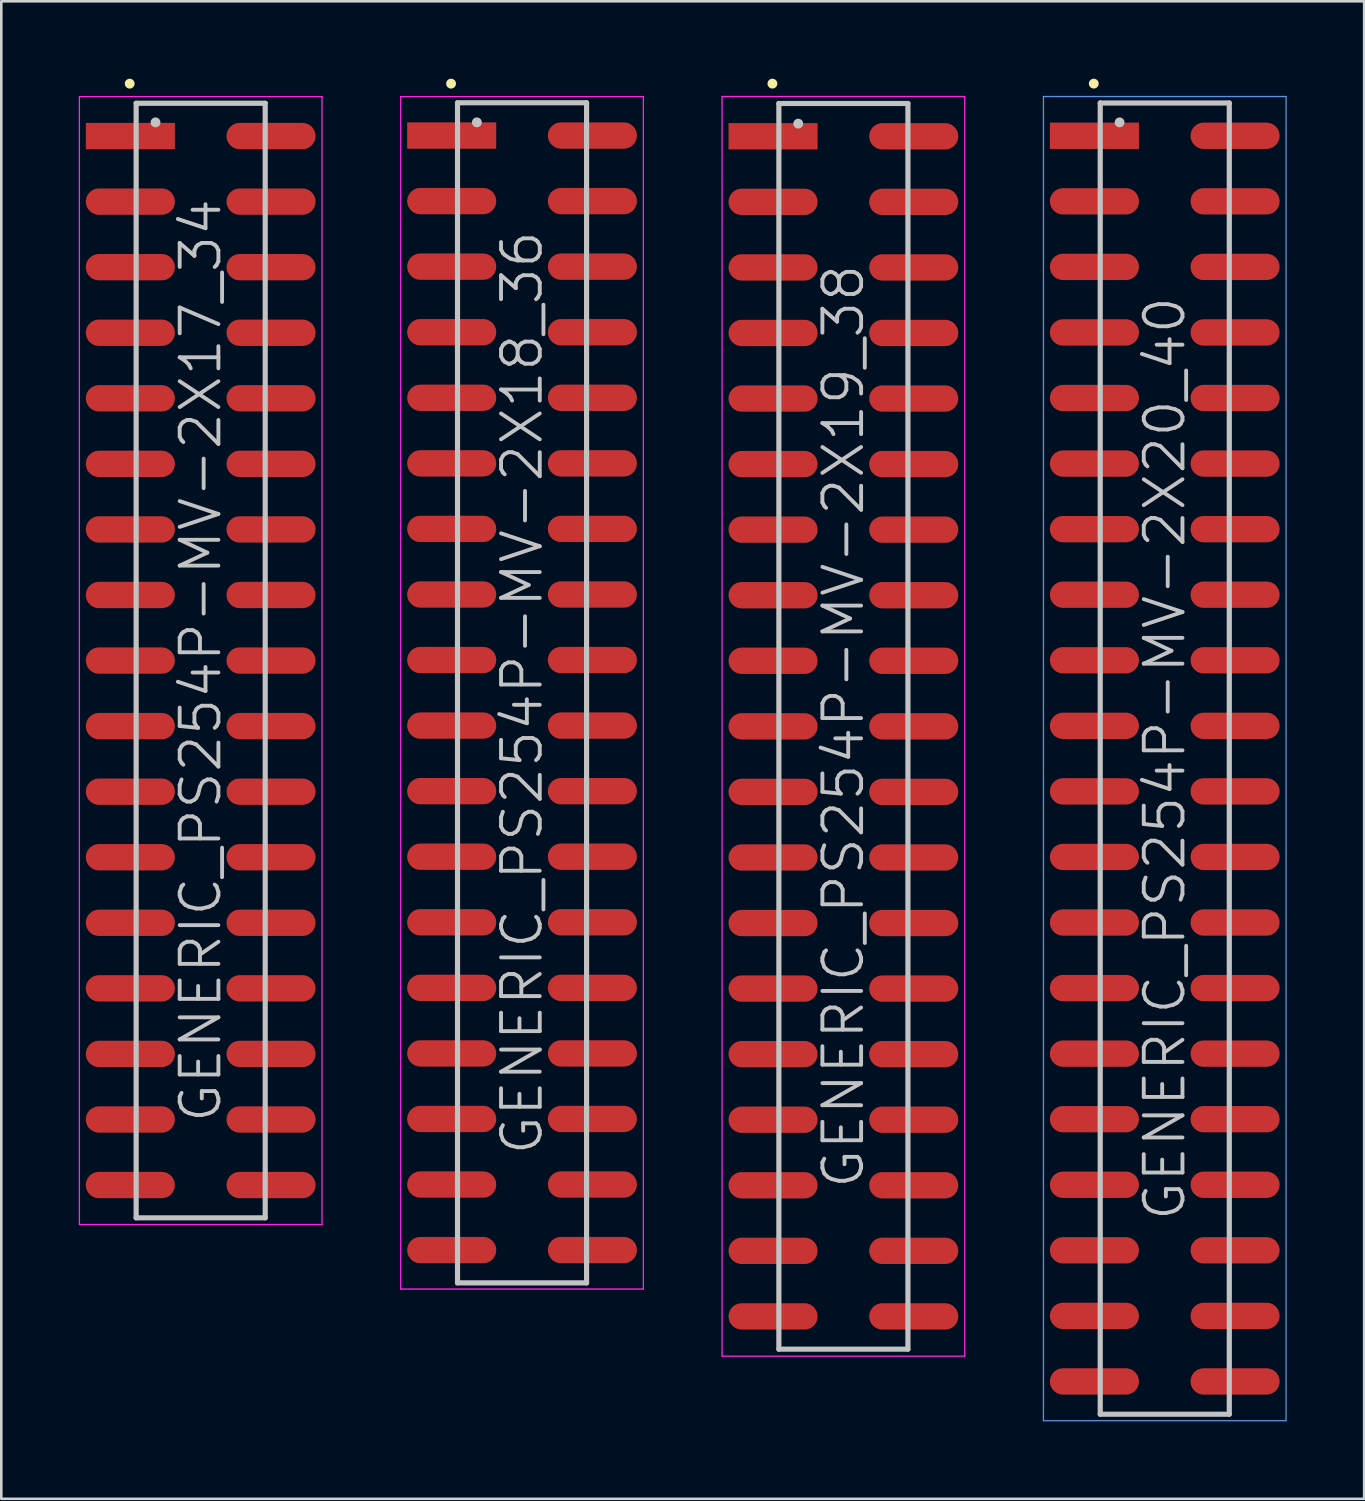
<source format=kicad_pcb>
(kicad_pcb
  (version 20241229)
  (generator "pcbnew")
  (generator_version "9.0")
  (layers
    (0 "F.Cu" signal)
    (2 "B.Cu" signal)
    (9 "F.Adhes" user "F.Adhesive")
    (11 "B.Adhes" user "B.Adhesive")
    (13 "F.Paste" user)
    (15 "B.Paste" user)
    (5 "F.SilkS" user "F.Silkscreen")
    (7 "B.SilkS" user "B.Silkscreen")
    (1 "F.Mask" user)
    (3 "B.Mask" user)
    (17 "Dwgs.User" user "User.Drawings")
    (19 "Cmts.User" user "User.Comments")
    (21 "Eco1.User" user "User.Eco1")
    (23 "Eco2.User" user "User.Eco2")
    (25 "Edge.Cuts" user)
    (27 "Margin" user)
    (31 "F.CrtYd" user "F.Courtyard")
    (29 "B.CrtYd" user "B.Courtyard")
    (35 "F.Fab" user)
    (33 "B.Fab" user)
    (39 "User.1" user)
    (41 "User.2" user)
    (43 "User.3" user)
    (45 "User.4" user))
  (footprint "GENERIC_PS254P-MV-2X17_34"
    (layer "F.Cu")
    (at 4.725 22.541)
    (property "Reference" "GENERIC_PS254P-MV-2X17_34" (at 0 0 90) (layer "Dwgs.User") (effects (font (size 1.5 1.5) (thickness 0.15))))
    (attr smd)
    (fp_line (start -2.75 -22.35) (end -2.75 -22.35) (stroke (width 0.381) (type solid)) (layer "F.SilkS"))
    (fp_line (start -2.5 -21.59) (end -2.5 21.59) (stroke (width 0.2) (type solid)) (layer "Dwgs.User"))
    (fp_line (start -2.5 -21.59) (end 2.5 -21.59) (stroke (width 0.2) (type solid)) (layer "Dwgs.User"))
    (fp_line (start -2.5 21.59) (end 2.5 21.59) (stroke (width 0.2) (type solid)) (layer "Dwgs.User"))
    (fp_line (start -1.75 -20.85) (end -1.75 -20.85) (stroke (width 0.381) (type solid)) (layer "Dwgs.User"))
    (fp_line (start 2.5 -21.59) (end 2.5 21.59) (stroke (width 0.2) (type solid)) (layer "Dwgs.User"))
    (fp_line (start -4.7 -21.85) (end -4.7 21.85) (stroke (width 0.05) (type solid)) (layer "F.CrtYd"))
    (fp_line (start -4.7 -21.85) (end 4.7 -21.85) (stroke (width 0.05) (type solid)) (layer "F.CrtYd"))
    (fp_line (start -4.7 21.85) (end 4.7 21.85) (stroke (width 0.05) (type solid)) (layer "F.CrtYd"))
    (fp_line (start 4.7 -21.85) (end 4.7 21.85) (stroke (width 0.05) (type solid)) (layer "F.CrtYd"))
    (pad "1" smd rect (at -2.725 -20.32 270) (size 1.02 3.45) (layers "F.Cu" "F.Mask" "F.Paste"))
    (pad "2" smd oval (at 2.725 -20.32 270) (size 1.02 3.45) (layers "F.Cu" "F.Mask" "F.Paste"))
    (pad "3" smd oval (at -2.725 -17.78 270) (size 1.02 3.45) (layers "F.Cu" "F.Mask" "F.Paste"))
    (pad "4" smd oval (at 2.725 -17.78 270) (size 1.02 3.45) (layers "F.Cu" "F.Mask" "F.Paste"))
    (pad "5" smd oval (at -2.725 -15.24 270) (size 1.02 3.45) (layers "F.Cu" "F.Mask" "F.Paste"))
    (pad "6" smd oval (at 2.725 -15.24 270) (size 1.02 3.45) (layers "F.Cu" "F.Mask" "F.Paste"))
    (pad "7" smd oval (at -2.725 -12.7 270) (size 1.02 3.45) (layers "F.Cu" "F.Mask" "F.Paste"))
    (pad "8" smd oval (at 2.725 -12.7 270) (size 1.02 3.45) (layers "F.Cu" "F.Mask" "F.Paste"))
    (pad "9" smd oval (at -2.725 -10.16 270) (size 1.02 3.45) (layers "F.Cu" "F.Mask" "F.Paste"))
    (pad "10" smd oval (at 2.725 -10.16 270) (size 1.02 3.45) (layers "F.Cu" "F.Mask" "F.Paste"))
    (pad "11" smd oval (at -2.725 -7.62 270) (size 1.02 3.45) (layers "F.Cu" "F.Mask" "F.Paste"))
    (pad "12" smd oval (at 2.725 -7.62 270) (size 1.02 3.45) (layers "F.Cu" "F.Mask" "F.Paste"))
    (pad "13" smd oval (at -2.725 -5.08 270) (size 1.02 3.45) (layers "F.Cu" "F.Mask" "F.Paste"))
    (pad "14" smd oval (at 2.725 -5.08 270) (size 1.02 3.45) (layers "F.Cu" "F.Mask" "F.Paste"))
    (pad "15" smd oval (at -2.725 -2.54 270) (size 1.02 3.45) (layers "F.Cu" "F.Mask" "F.Paste"))
    (pad "16" smd oval (at 2.725 -2.54 270) (size 1.02 3.45) (layers "F.Cu" "F.Mask" "F.Paste"))
    (pad "17" smd oval (at -2.725 0 270) (size 1.02 3.45) (layers "F.Cu" "F.Mask" "F.Paste"))
    (pad "18" smd oval (at 2.725 0 270) (size 1.02 3.45) (layers "F.Cu" "F.Mask" "F.Paste"))
    (pad "19" smd oval (at -2.725 2.54 270) (size 1.02 3.45) (layers "F.Cu" "F.Mask" "F.Paste"))
    (pad "20" smd oval (at 2.725 2.54 270) (size 1.02 3.45) (layers "F.Cu" "F.Mask" "F.Paste"))
    (pad "21" smd oval (at -2.725 5.08 270) (size 1.02 3.45) (layers "F.Cu" "F.Mask" "F.Paste"))
    (pad "22" smd oval (at 2.725 5.08 270) (size 1.02 3.45) (layers "F.Cu" "F.Mask" "F.Paste"))
    (pad "23" smd oval (at -2.725 7.62 270) (size 1.02 3.45) (layers "F.Cu" "F.Mask" "F.Paste"))
    (pad "24" smd oval (at 2.725 7.62 270) (size 1.02 3.45) (layers "F.Cu" "F.Mask" "F.Paste"))
    (pad "25" smd oval (at -2.725 10.16 270) (size 1.02 3.45) (layers "F.Cu" "F.Mask" "F.Paste"))
    (pad "26" smd oval (at 2.725 10.16 270) (size 1.02 3.45) (layers "F.Cu" "F.Mask" "F.Paste"))
    (pad "27" smd oval (at -2.725 12.7 270) (size 1.02 3.45) (layers "F.Cu" "F.Mask" "F.Paste"))
    (pad "28" smd oval (at 2.725 12.7 270) (size 1.02 3.45) (layers "F.Cu" "F.Mask" "F.Paste"))
    (pad "29" smd oval (at -2.725 15.24 270) (size 1.02 3.45) (layers "F.Cu" "F.Mask" "F.Paste"))
    (pad "30" smd oval (at 2.725 15.24 270) (size 1.02 3.45) (layers "F.Cu" "F.Mask" "F.Paste"))
    (pad "31" smd oval (at -2.725 17.78 270) (size 1.02 3.45) (layers "F.Cu" "F.Mask" "F.Paste"))
    (pad "32" smd oval (at 2.725 17.78 270) (size 1.02 3.45) (layers "F.Cu" "F.Mask" "F.Paste"))
    (pad "33" smd oval (at -2.725 20.32 270) (size 1.02 3.45) (layers "F.Cu" "F.Mask" "F.Paste"))
    (pad "34" smd oval (at 2.725 20.32 270) (size 1.02 3.45) (layers "F.Cu" "F.Mask" "F.Paste")))
  (footprint "GENERIC_PS254P-MV-2X19_38"
    (layer "F.Cu")
    (at 29.625 25.09)
    (property "Reference" "GENERIC_PS254P-MV-2X19_38" (at 0 0 90) (layer "Dwgs.User") (effects (font (size 1.5 1.5) (thickness 0.15))))
    (attr smd)
    (fp_line (start -2.75 -24.9) (end -2.75 -24.9) (stroke (width 0.381) (type solid)) (layer "F.SilkS"))
    (fp_line (start -2.5 -24.13) (end -2.5 24.13) (stroke (width 0.2) (type solid)) (layer "Dwgs.User"))
    (fp_line (start -2.5 -24.13) (end 2.5 -24.13) (stroke (width 0.2) (type solid)) (layer "Dwgs.User"))
    (fp_line (start -2.5 24.13) (end 2.5 24.13) (stroke (width 0.2) (type solid)) (layer "Dwgs.User"))
    (fp_line (start -1.75 -23.35) (end -1.75 -23.35) (stroke (width 0.381) (type solid)) (layer "Dwgs.User"))
    (fp_line (start 2.5 -24.13) (end 2.5 24.13) (stroke (width 0.2) (type solid)) (layer "Dwgs.User"))
    (fp_line (start -4.7 -24.4) (end -4.7 24.4) (stroke (width 0.05) (type solid)) (layer "F.CrtYd"))
    (fp_line (start -4.7 -24.4) (end 4.7 -24.4) (stroke (width 0.05) (type solid)) (layer "F.CrtYd"))
    (fp_line (start -4.7 24.4) (end 4.7 24.4) (stroke (width 0.05) (type solid)) (layer "F.CrtYd"))
    (fp_line (start 4.7 -24.4) (end 4.7 24.4) (stroke (width 0.05) (type solid)) (layer "F.CrtYd"))
    (pad "1" smd rect (at -2.725 -22.86 270) (size 1.02 3.45) (layers "F.Cu" "F.Mask" "F.Paste"))
    (pad "2" smd oval (at 2.725 -22.86 270) (size 1.02 3.45) (layers "F.Cu" "F.Mask" "F.Paste"))
    (pad "3" smd oval (at -2.725 -20.32 270) (size 1.02 3.45) (layers "F.Cu" "F.Mask" "F.Paste"))
    (pad "4" smd oval (at 2.725 -20.32 270) (size 1.02 3.45) (layers "F.Cu" "F.Mask" "F.Paste"))
    (pad "5" smd oval (at -2.725 -17.78 270) (size 1.02 3.45) (layers "F.Cu" "F.Mask" "F.Paste"))
    (pad "6" smd oval (at 2.725 -17.78 270) (size 1.02 3.45) (layers "F.Cu" "F.Mask" "F.Paste"))
    (pad "7" smd oval (at -2.725 -15.24 270) (size 1.02 3.45) (layers "F.Cu" "F.Mask" "F.Paste"))
    (pad "8" smd oval (at 2.725 -15.24 270) (size 1.02 3.45) (layers "F.Cu" "F.Mask" "F.Paste"))
    (pad "9" smd oval (at -2.725 -12.7 270) (size 1.02 3.45) (layers "F.Cu" "F.Mask" "F.Paste"))
    (pad "10" smd oval (at 2.725 -12.7 270) (size 1.02 3.45) (layers "F.Cu" "F.Mask" "F.Paste"))
    (pad "11" smd oval (at -2.725 -10.16 270) (size 1.02 3.45) (layers "F.Cu" "F.Mask" "F.Paste"))
    (pad "12" smd oval (at 2.725 -10.16 270) (size 1.02 3.45) (layers "F.Cu" "F.Mask" "F.Paste"))
    (pad "13" smd oval (at -2.725 -7.62 270) (size 1.02 3.45) (layers "F.Cu" "F.Mask" "F.Paste"))
    (pad "14" smd oval (at 2.725 -7.62 270) (size 1.02 3.45) (layers "F.Cu" "F.Mask" "F.Paste"))
    (pad "15" smd oval (at -2.725 -5.08 270) (size 1.02 3.45) (layers "F.Cu" "F.Mask" "F.Paste"))
    (pad "16" smd oval (at 2.725 -5.08 270) (size 1.02 3.45) (layers "F.Cu" "F.Mask" "F.Paste"))
    (pad "17" smd oval (at -2.725 -2.54 270) (size 1.02 3.45) (layers "F.Cu" "F.Mask" "F.Paste"))
    (pad "18" smd oval (at 2.725 -2.54 270) (size 1.02 3.45) (layers "F.Cu" "F.Mask" "F.Paste"))
    (pad "19" smd oval (at -2.725 0 270) (size 1.02 3.45) (layers "F.Cu" "F.Mask" "F.Paste"))
    (pad "20" smd oval (at 2.725 0 270) (size 1.02 3.45) (layers "F.Cu" "F.Mask" "F.Paste"))
    (pad "21" smd oval (at -2.725 2.54 270) (size 1.02 3.45) (layers "F.Cu" "F.Mask" "F.Paste"))
    (pad "22" smd oval (at 2.725 2.54 270) (size 1.02 3.45) (layers "F.Cu" "F.Mask" "F.Paste"))
    (pad "23" smd oval (at -2.725 5.08 270) (size 1.02 3.45) (layers "F.Cu" "F.Mask" "F.Paste"))
    (pad "24" smd oval (at 2.725 5.08 270) (size 1.02 3.45) (layers "F.Cu" "F.Mask" "F.Paste"))
    (pad "25" smd oval (at -2.725 7.62 270) (size 1.02 3.45) (layers "F.Cu" "F.Mask" "F.Paste"))
    (pad "26" smd oval (at 2.725 7.62 270) (size 1.02 3.45) (layers "F.Cu" "F.Mask" "F.Paste"))
    (pad "27" smd oval (at -2.725 10.16 270) (size 1.02 3.45) (layers "F.Cu" "F.Mask" "F.Paste"))
    (pad "28" smd oval (at 2.725 10.16 270) (size 1.02 3.45) (layers "F.Cu" "F.Mask" "F.Paste"))
    (pad "29" smd oval (at -2.725 12.7 270) (size 1.02 3.45) (layers "F.Cu" "F.Mask" "F.Paste"))
    (pad "30" smd oval (at 2.725 12.7 270) (size 1.02 3.45) (layers "F.Cu" "F.Mask" "F.Paste"))
    (pad "31" smd oval (at -2.725 15.24 270) (size 1.02 3.45) (layers "F.Cu" "F.Mask" "F.Paste"))
    (pad "32" smd oval (at 2.725 15.24 270) (size 1.02 3.45) (layers "F.Cu" "F.Mask" "F.Paste"))
    (pad "33" smd oval (at -2.725 17.78 270) (size 1.02 3.45) (layers "F.Cu" "F.Mask" "F.Paste"))
    (pad "34" smd oval (at 2.725 17.78 270) (size 1.02 3.45) (layers "F.Cu" "F.Mask" "F.Paste"))
    (pad "35" smd oval (at -2.725 20.32 270) (size 1.02 3.45) (layers "F.Cu" "F.Mask" "F.Paste"))
    (pad "36" smd oval (at 2.725 20.32 270) (size 1.02 3.45) (layers "F.Cu" "F.Mask" "F.Paste"))
    (pad "37" smd oval (at -2.725 22.86 270) (size 1.02 3.45) (layers "F.Cu" "F.Mask" "F.Paste"))
    (pad "38" smd oval (at 2.725 22.86 270) (size 1.02 3.45) (layers "F.Cu" "F.Mask" "F.Paste")))
  (footprint "GENERIC_PS254P-MV-2X20_40"
    (layer "F.Cu")
    (at 42.075 26.34)
    (property "Reference" "GENERIC_PS254P-MV-2X20_40" (at 0 0 90) (layer "Dwgs.User") (effects (font (size 1.5 1.5) (thickness 0.15))))
    (attr smd)
    (fp_line (start -2.75 -26.15) (end -2.75 -26.15) (stroke (width 0.381) (type solid)) (layer "F.SilkS"))
    (fp_line (start -2.5 -25.4) (end -2.5 25.4) (stroke (width 0.2) (type solid)) (layer "Dwgs.User"))
    (fp_line (start -2.5 -25.4) (end 2.5 -25.4) (stroke (width 0.2) (type solid)) (layer "Dwgs.User"))
    (fp_line (start -2.5 25.4) (end 2.5 25.4) (stroke (width 0.2) (type solid)) (layer "Dwgs.User"))
    (fp_line (start -1.75 -24.65) (end -1.75 -24.65) (stroke (width 0.381) (type solid)) (layer "Dwgs.User"))
    (fp_line (start 2.5 -25.4) (end 2.5 25.4) (stroke (width 0.2) (type solid)) (layer "Dwgs.User"))
    (fp_line (start -4.7 -25.65) (end -4.7 25.65) (stroke (width 0.05) (type solid)) (layer "Cmts.User"))
    (fp_line (start -4.7 -25.65) (end 4.7 -25.65) (stroke (width 0.05) (type solid)) (layer "Cmts.User"))
    (fp_line (start -4.7 25.65) (end 4.7 25.65) (stroke (width 0.05) (type solid)) (layer "Cmts.User"))
    (fp_line (start 4.7 -25.65) (end 4.7 25.65) (stroke (width 0.05) (type solid)) (layer "Cmts.User"))
    (pad "1" smd rect (at -2.725 -24.13 270) (size 1.02 3.45) (layers "F.Cu" "F.Mask" "F.Paste"))
    (pad "2" smd oval (at 2.725 -24.13 270) (size 1.02 3.45) (layers "F.Cu" "F.Mask" "F.Paste"))
    (pad "3" smd oval (at -2.725 -21.59 270) (size 1.02 3.45) (layers "F.Cu" "F.Mask" "F.Paste"))
    (pad "4" smd oval (at 2.725 -21.59 270) (size 1.02 3.45) (layers "F.Cu" "F.Mask" "F.Paste"))
    (pad "5" smd oval (at -2.725 -19.05 270) (size 1.02 3.45) (layers "F.Cu" "F.Mask" "F.Paste"))
    (pad "6" smd oval (at 2.725 -19.05 270) (size 1.02 3.45) (layers "F.Cu" "F.Mask" "F.Paste"))
    (pad "7" smd oval (at -2.725 -16.51 270) (size 1.02 3.45) (layers "F.Cu" "F.Mask" "F.Paste"))
    (pad "8" smd oval (at 2.725 -16.51 270) (size 1.02 3.45) (layers "F.Cu" "F.Mask" "F.Paste"))
    (pad "9" smd oval (at -2.725 -13.97 270) (size 1.02 3.45) (layers "F.Cu" "F.Mask" "F.Paste"))
    (pad "10" smd oval (at 2.725 -13.97 270) (size 1.02 3.45) (layers "F.Cu" "F.Mask" "F.Paste"))
    (pad "11" smd oval (at -2.725 -11.43 270) (size 1.02 3.45) (layers "F.Cu" "F.Mask" "F.Paste"))
    (pad "12" smd oval (at 2.725 -11.43 270) (size 1.02 3.45) (layers "F.Cu" "F.Mask" "F.Paste"))
    (pad "13" smd oval (at -2.725 -8.89 270) (size 1.02 3.45) (layers "F.Cu" "F.Mask" "F.Paste"))
    (pad "14" smd oval (at 2.725 -8.89 270) (size 1.02 3.45) (layers "F.Cu" "F.Mask" "F.Paste"))
    (pad "15" smd oval (at -2.725 -6.35 270) (size 1.02 3.45) (layers "F.Cu" "F.Mask" "F.Paste"))
    (pad "16" smd oval (at 2.725 -6.35 270) (size 1.02 3.45) (layers "F.Cu" "F.Mask" "F.Paste"))
    (pad "17" smd oval (at -2.725 -3.81 270) (size 1.02 3.45) (layers "F.Cu" "F.Mask" "F.Paste"))
    (pad "18" smd oval (at 2.725 -3.81 270) (size 1.02 3.45) (layers "F.Cu" "F.Mask" "F.Paste"))
    (pad "19" smd oval (at -2.725 -1.27 270) (size 1.02 3.45) (layers "F.Cu" "F.Mask" "F.Paste"))
    (pad "20" smd oval (at 2.725 -1.27 270) (size 1.02 3.45) (layers "F.Cu" "F.Mask" "F.Paste"))
    (pad "21" smd oval (at -2.725 1.27 270) (size 1.02 3.45) (layers "F.Cu" "F.Mask" "F.Paste"))
    (pad "22" smd oval (at 2.725 1.27 270) (size 1.02 3.45) (layers "F.Cu" "F.Mask" "F.Paste"))
    (pad "23" smd oval (at -2.725 3.81 270) (size 1.02 3.45) (layers "F.Cu" "F.Mask" "F.Paste"))
    (pad "24" smd oval (at 2.725 3.81 270) (size 1.02 3.45) (layers "F.Cu" "F.Mask" "F.Paste"))
    (pad "25" smd oval (at -2.725 6.35 270) (size 1.02 3.45) (layers "F.Cu" "F.Mask" "F.Paste"))
    (pad "26" smd oval (at 2.725 6.35 270) (size 1.02 3.45) (layers "F.Cu" "F.Mask" "F.Paste"))
    (pad "27" smd oval (at -2.725 8.89 270) (size 1.02 3.45) (layers "F.Cu" "F.Mask" "F.Paste"))
    (pad "28" smd oval (at 2.725 8.89 270) (size 1.02 3.45) (layers "F.Cu" "F.Mask" "F.Paste"))
    (pad "29" smd oval (at -2.725 11.43 270) (size 1.02 3.45) (layers "F.Cu" "F.Mask" "F.Paste"))
    (pad "30" smd oval (at 2.725 11.43 270) (size 1.02 3.45) (layers "F.Cu" "F.Mask" "F.Paste"))
    (pad "31" smd oval (at -2.725 13.97 270) (size 1.02 3.45) (layers "F.Cu" "F.Mask" "F.Paste"))
    (pad "32" smd oval (at 2.725 13.97 270) (size 1.02 3.45) (layers "F.Cu" "F.Mask" "F.Paste"))
    (pad "33" smd oval (at -2.725 16.51 270) (size 1.02 3.45) (layers "F.Cu" "F.Mask" "F.Paste"))
    (pad "34" smd oval (at 2.725 16.51 270) (size 1.02 3.45) (layers "F.Cu" "F.Mask" "F.Paste"))
    (pad "35" smd oval (at -2.725 19.05 270) (size 1.02 3.45) (layers "F.Cu" "F.Mask" "F.Paste"))
    (pad "36" smd oval (at 2.725 19.05 270) (size 1.02 3.45) (layers "F.Cu" "F.Mask" "F.Paste"))
    (pad "37" smd oval (at -2.725 21.59 270) (size 1.02 3.45) (layers "F.Cu" "F.Mask" "F.Paste"))
    (pad "38" smd oval (at 2.725 21.59 270) (size 1.02 3.45) (layers "F.Cu" "F.Mask" "F.Paste"))
    (pad "39" smd oval (at -2.725 24.13 270) (size 1.02 3.45) (layers "F.Cu" "F.Mask" "F.Paste"))
    (pad "40" smd oval (at 2.725 24.13 270) (size 1.02 3.45) (layers "F.Cu" "F.Mask" "F.Paste")))
  (footprint "GENERIC_PS254P-MV-2X18_36"
    (layer "F.Cu")
    (at 17.175 23.791)
    (property "Reference" "GENERIC_PS254P-MV-2X18_36" (at 0 0 90) (layer "Dwgs.User") (effects (font (size 1.5 1.5) (thickness 0.15))))
    (attr smd)
    (fp_line (start -2.75 -23.6) (end -2.75 -23.6) (stroke (width 0.381) (type solid)) (layer "F.SilkS"))
    (fp_line (start -2.5 -22.86) (end -2.5 22.86) (stroke (width 0.2) (type solid)) (layer "Dwgs.User"))
    (fp_line (start -2.5 -22.86) (end 2.5 -22.86) (stroke (width 0.2) (type solid)) (layer "Dwgs.User"))
    (fp_line (start -2.5 22.86) (end 2.5 22.86) (stroke (width 0.2) (type solid)) (layer "Dwgs.User"))
    (fp_line (start -1.75 -22.1) (end -1.75 -22.1) (stroke (width 0.381) (type solid)) (layer "Dwgs.User"))
    (fp_line (start 2.5 -22.86) (end 2.5 22.86) (stroke (width 0.2) (type solid)) (layer "Dwgs.User"))
    (fp_line (start -4.7 -23.1) (end -4.7 23.1) (stroke (width 0.05) (type solid)) (layer "F.CrtYd"))
    (fp_line (start -4.7 -23.1) (end 4.7 -23.1) (stroke (width 0.05) (type solid)) (layer "F.CrtYd"))
    (fp_line (start -4.7 23.1) (end 4.7 23.1) (stroke (width 0.05) (type solid)) (layer "F.CrtYd"))
    (fp_line (start 4.7 -23.1) (end 4.7 23.1) (stroke (width 0.05) (type solid)) (layer "F.CrtYd"))
    (pad "1" smd rect (at -2.725 -21.59 270) (size 1.02 3.45) (layers "F.Cu" "F.Mask" "F.Paste"))
    (pad "2" smd oval (at 2.725 -21.59 270) (size 1.02 3.45) (layers "F.Cu" "F.Mask" "F.Paste"))
    (pad "3" smd oval (at -2.725 -19.05 270) (size 1.02 3.45) (layers "F.Cu" "F.Mask" "F.Paste"))
    (pad "4" smd oval (at 2.725 -19.05 270) (size 1.02 3.45) (layers "F.Cu" "F.Mask" "F.Paste"))
    (pad "5" smd oval (at -2.725 -16.51 270) (size 1.02 3.45) (layers "F.Cu" "F.Mask" "F.Paste"))
    (pad "6" smd oval (at 2.725 -16.51 270) (size 1.02 3.45) (layers "F.Cu" "F.Mask" "F.Paste"))
    (pad "7" smd oval (at -2.725 -13.97 270) (size 1.02 3.45) (layers "F.Cu" "F.Mask" "F.Paste"))
    (pad "8" smd oval (at 2.725 -13.97 270) (size 1.02 3.45) (layers "F.Cu" "F.Mask" "F.Paste"))
    (pad "9" smd oval (at -2.725 -11.43 270) (size 1.02 3.45) (layers "F.Cu" "F.Mask" "F.Paste"))
    (pad "10" smd oval (at 2.725 -11.43 270) (size 1.02 3.45) (layers "F.Cu" "F.Mask" "F.Paste"))
    (pad "11" smd oval (at -2.725 -8.89 270) (size 1.02 3.45) (layers "F.Cu" "F.Mask" "F.Paste"))
    (pad "12" smd oval (at 2.725 -8.89 270) (size 1.02 3.45) (layers "F.Cu" "F.Mask" "F.Paste"))
    (pad "13" smd oval (at -2.725 -6.35 270) (size 1.02 3.45) (layers "F.Cu" "F.Mask" "F.Paste"))
    (pad "14" smd oval (at 2.725 -6.35 270) (size 1.02 3.45) (layers "F.Cu" "F.Mask" "F.Paste"))
    (pad "15" smd oval (at -2.725 -3.81 270) (size 1.02 3.45) (layers "F.Cu" "F.Mask" "F.Paste"))
    (pad "16" smd oval (at 2.725 -3.81 270) (size 1.02 3.45) (layers "F.Cu" "F.Mask" "F.Paste"))
    (pad "17" smd oval (at -2.725 -1.27 270) (size 1.02 3.45) (layers "F.Cu" "F.Mask" "F.Paste"))
    (pad "18" smd oval (at 2.725 -1.27 270) (size 1.02 3.45) (layers "F.Cu" "F.Mask" "F.Paste"))
    (pad "19" smd oval (at -2.725 1.27 270) (size 1.02 3.45) (layers "F.Cu" "F.Mask" "F.Paste"))
    (pad "20" smd oval (at 2.725 1.27 270) (size 1.02 3.45) (layers "F.Cu" "F.Mask" "F.Paste"))
    (pad "21" smd oval (at -2.725 3.81 270) (size 1.02 3.45) (layers "F.Cu" "F.Mask" "F.Paste"))
    (pad "22" smd oval (at 2.725 3.81 270) (size 1.02 3.45) (layers "F.Cu" "F.Mask" "F.Paste"))
    (pad "23" smd oval (at -2.725 6.35 270) (size 1.02 3.45) (layers "F.Cu" "F.Mask" "F.Paste"))
    (pad "24" smd oval (at 2.725 6.35 270) (size 1.02 3.45) (layers "F.Cu" "F.Mask" "F.Paste"))
    (pad "25" smd oval (at -2.725 8.89 270) (size 1.02 3.45) (layers "F.Cu" "F.Mask" "F.Paste"))
    (pad "26" smd oval (at 2.725 8.89 270) (size 1.02 3.45) (layers "F.Cu" "F.Mask" "F.Paste"))
    (pad "27" smd oval (at -2.725 11.43 270) (size 1.02 3.45) (layers "F.Cu" "F.Mask" "F.Paste"))
    (pad "28" smd oval (at 2.725 11.43 270) (size 1.02 3.45) (layers "F.Cu" "F.Mask" "F.Paste"))
    (pad "29" smd oval (at -2.725 13.97 270) (size 1.02 3.45) (layers "F.Cu" "F.Mask" "F.Paste"))
    (pad "30" smd oval (at 2.725 13.97 270) (size 1.02 3.45) (layers "F.Cu" "F.Mask" "F.Paste"))
    (pad "31" smd oval (at -2.725 16.51 270) (size 1.02 3.45) (layers "F.Cu" "F.Mask" "F.Paste"))
    (pad "32" smd oval (at 2.725 16.51 270) (size 1.02 3.45) (layers "F.Cu" "F.Mask" "F.Paste"))
    (pad "33" smd oval (at -2.725 19.05 270) (size 1.02 3.45) (layers "F.Cu" "F.Mask" "F.Paste"))
    (pad "34" smd oval (at 2.725 19.05 270) (size 1.02 3.45) (layers "F.Cu" "F.Mask" "F.Paste"))
    (pad "35" smd oval (at -2.725 21.59 270) (size 1.02 3.45) (layers "F.Cu" "F.Mask" "F.Paste"))
    (pad "36" smd oval (at 2.725 21.59 270) (size 1.02 3.45) (layers "F.Cu" "F.Mask" "F.Paste")))
  (gr_rect
    (start -3 -3)
    (end 49.8 55.016)
    (stroke (width 0.1) (type default))
    (fill no)
    (layer "Edge.Cuts")))
</source>
